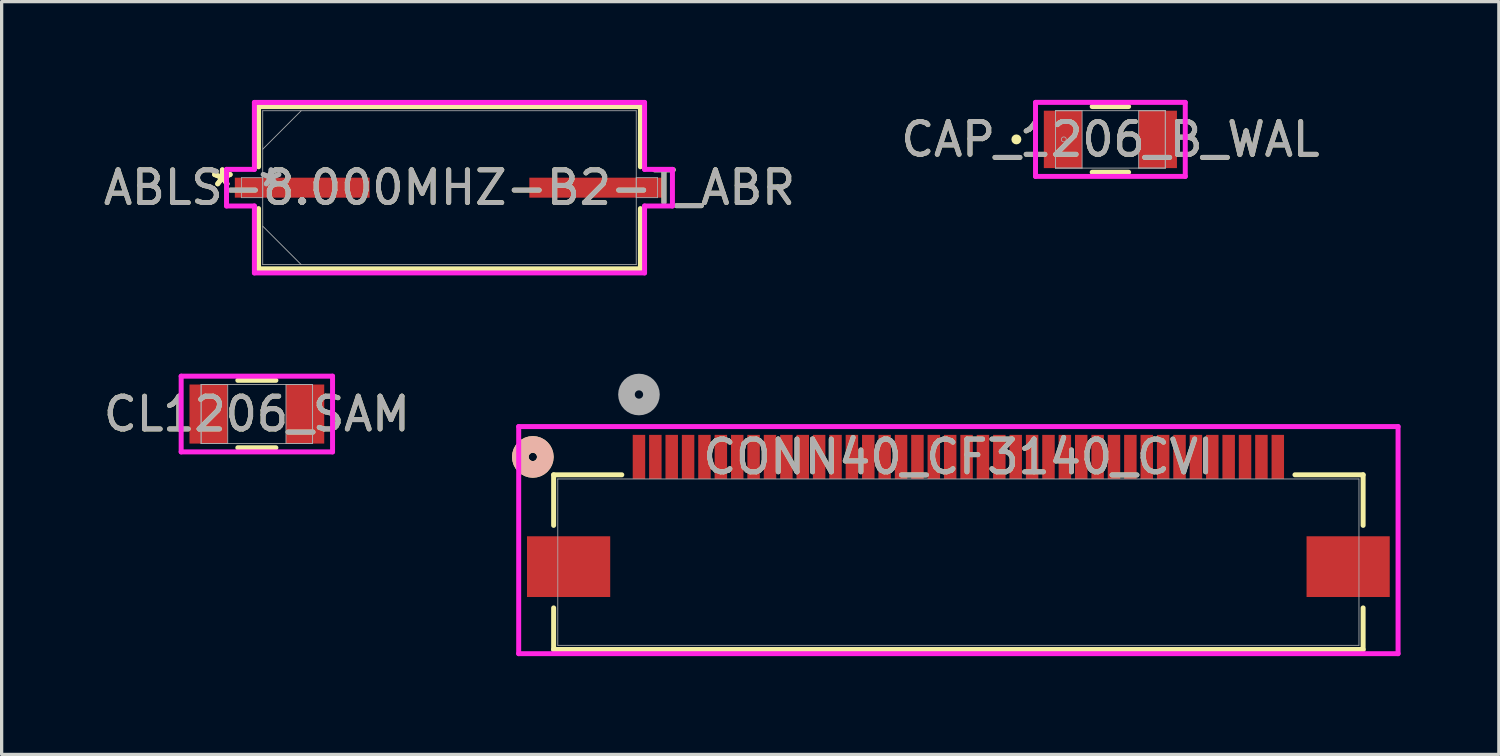
<source format=kicad_pcb>
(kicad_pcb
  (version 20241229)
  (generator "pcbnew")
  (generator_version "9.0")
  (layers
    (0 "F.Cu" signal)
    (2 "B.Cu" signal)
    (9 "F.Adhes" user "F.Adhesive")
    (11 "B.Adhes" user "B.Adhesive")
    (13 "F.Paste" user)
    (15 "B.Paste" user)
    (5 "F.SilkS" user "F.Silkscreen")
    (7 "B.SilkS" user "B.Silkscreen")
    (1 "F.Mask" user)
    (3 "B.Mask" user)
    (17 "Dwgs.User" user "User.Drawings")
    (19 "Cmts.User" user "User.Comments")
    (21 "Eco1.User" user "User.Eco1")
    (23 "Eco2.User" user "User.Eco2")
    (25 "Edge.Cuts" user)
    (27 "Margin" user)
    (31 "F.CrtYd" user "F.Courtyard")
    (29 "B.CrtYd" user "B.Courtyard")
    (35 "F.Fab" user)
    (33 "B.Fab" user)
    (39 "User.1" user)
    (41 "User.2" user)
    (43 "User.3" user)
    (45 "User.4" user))
  (footprint "CL1206_SAM"
    (layer "F.Cu")
    (at 4.792 9.591)
    (property "Reference" "CL1206_SAM" (at 0 0 0) (unlocked yes) (layer "F.SilkS") (effects (font (size 1 1) (thickness 0.15))))
    (attr smd)
    (fp_line (start -0.581 1.029) (end 0.581 1.029) (stroke (width 0.152) (type solid)) (layer "F.SilkS"))
    (fp_line (start 0.581 -1.029) (end -0.581 -1.029) (stroke (width 0.152) (type solid)) (layer "F.SilkS"))
    (fp_line (start -2.311 -1.156) (end 2.311 -1.156) (stroke (width 0.152) (type solid)) (layer "F.CrtYd"))
    (fp_line (start -2.311 1.156) (end -2.311 -1.156) (stroke (width 0.152) (type solid)) (layer "F.CrtYd"))
    (fp_line (start 2.311 -1.156) (end 2.311 1.156) (stroke (width 0.152) (type solid)) (layer "F.CrtYd"))
    (fp_line (start 2.311 1.156) (end -2.311 1.156) (stroke (width 0.152) (type solid)) (layer "F.CrtYd"))
    (fp_line (start -1.702 -0.902) (end -1.702 0.902) (stroke (width 0.025) (type solid)) (layer "F.Fab"))
    (fp_line (start -1.702 -0.902) (end -1.702 0.902) (stroke (width 0.025) (type solid)) (layer "F.Fab"))
    (fp_line (start -1.702 0.902) (end -0.889 0.902) (stroke (width 0.025) (type solid)) (layer "F.Fab"))
    (fp_line (start -1.702 0.902) (end 1.702 0.902) (stroke (width 0.025) (type solid)) (layer "F.Fab"))
    (fp_line (start -0.889 -0.902) (end -1.702 -0.902) (stroke (width 0.025) (type solid)) (layer "F.Fab"))
    (fp_line (start -0.889 0.902) (end -0.889 -0.902) (stroke (width 0.025) (type solid)) (layer "F.Fab"))
    (fp_line (start 0.889 -0.902) (end 0.889 0.902) (stroke (width 0.025) (type solid)) (layer "F.Fab"))
    (fp_line (start 0.889 0.902) (end 1.702 0.902) (stroke (width 0.025) (type solid)) (layer "F.Fab"))
    (fp_line (start 1.702 -0.902) (end -1.702 -0.902) (stroke (width 0.025) (type solid)) (layer "F.Fab"))
    (fp_line (start 1.702 -0.902) (end 0.889 -0.902) (stroke (width 0.025) (type solid)) (layer "F.Fab"))
    (fp_line (start 1.702 0.902) (end 1.702 -0.902) (stroke (width 0.025) (type solid)) (layer "F.Fab"))
    (fp_line (start 1.702 0.902) (end 1.702 -0.902) (stroke (width 0.025) (type solid)) (layer "F.Fab"))
    (fp_circle (center -1.346 0) (end -1.346 0) (stroke (width 0.025) (type solid)) (fill no) (layer "F.Fab"))
    (fp_text user "${REFERENCE}" (at 0 0 0) (unlocked yes) (layer "F.Fab") (effects (font (size 1 1) (thickness 0.15))))
    (pad "1" smd rect (at -1.473 0) (size 1.168 1.803) (layers "F.Cu" "F.Mask" "F.Paste"))
    (pad "2" smd rect (at 1.473 0) (size 1.168 1.803) (layers "F.Cu" "F.Mask" "F.Paste"))
    (zone (net_name "") (layer "F.Cu") (hatch full 0.508) (connect_pads) (min_thickness 0.254) (filled_areas_thickness no) (keepout (tracks not_allowed) (vias not_allowed) (pads allowed) (copperpour not_allowed) (footprints allowed)) (placement (enabled no)) (fill) (polygon (pts (xy 3.953 8.74) (xy 5.63 8.74) (xy 5.63 10.442) (xy 3.953 10.442)))))
  (footprint "ABLS-8.000MHZ-B2-T_ABR"
    (layer "F.Cu")
    (at 10.673 2.68)
    (property "Reference" "ABLS-8.000MHZ-B2-T_ABR" (at 0 0 0) (unlocked yes) (layer "F.SilkS") (effects (font (size 1 1) (thickness 0.15))))
    (attr smd)
    (fp_line (start -5.829 -2.477) (end -5.829 -0.638) (stroke (width 0.152) (type solid)) (layer "F.SilkS"))
    (fp_line (start -5.829 0.638) (end -5.829 2.477) (stroke (width 0.152) (type solid)) (layer "F.SilkS"))
    (fp_line (start -5.829 2.477) (end 5.829 2.477) (stroke (width 0.152) (type solid)) (layer "F.SilkS"))
    (fp_line (start 5.829 -2.477) (end -5.829 -2.477) (stroke (width 0.152) (type solid)) (layer "F.SilkS"))
    (fp_line (start 5.829 -0.638) (end 5.829 -2.477) (stroke (width 0.152) (type solid)) (layer "F.SilkS"))
    (fp_line (start 5.829 2.477) (end 5.829 0.638) (stroke (width 0.152) (type solid)) (layer "F.SilkS"))
    (fp_line (start -6.807 -0.559) (end -5.956 -0.559) (stroke (width 0.152) (type solid)) (layer "F.CrtYd"))
    (fp_line (start -6.807 0.559) (end -6.807 -0.559) (stroke (width 0.152) (type solid)) (layer "F.CrtYd"))
    (fp_line (start -5.956 -2.603) (end 5.956 -2.603) (stroke (width 0.152) (type solid)) (layer "F.CrtYd"))
    (fp_line (start -5.956 -0.559) (end -5.956 -2.603) (stroke (width 0.152) (type solid)) (layer "F.CrtYd"))
    (fp_line (start -5.956 0.559) (end -6.807 0.559) (stroke (width 0.152) (type solid)) (layer "F.CrtYd"))
    (fp_line (start -5.956 2.603) (end -5.956 0.559) (stroke (width 0.152) (type solid)) (layer "F.CrtYd"))
    (fp_line (start 5.956 -2.603) (end 5.956 -0.559) (stroke (width 0.152) (type solid)) (layer "F.CrtYd"))
    (fp_line (start 5.956 -0.559) (end 6.807 -0.559) (stroke (width 0.152) (type solid)) (layer "F.CrtYd"))
    (fp_line (start 5.956 0.559) (end 5.956 2.603) (stroke (width 0.152) (type solid)) (layer "F.CrtYd"))
    (fp_line (start 5.956 2.603) (end -5.956 2.603) (stroke (width 0.152) (type solid)) (layer "F.CrtYd"))
    (fp_line (start 6.807 -0.559) (end 6.807 0.559) (stroke (width 0.152) (type solid)) (layer "F.CrtYd"))
    (fp_line (start 6.807 0.559) (end 5.956 0.559) (stroke (width 0.152) (type solid)) (layer "F.CrtYd"))
    (fp_line (start -6.35 -0.305) (end -6.35 0.305) (stroke (width 0.025) (type solid)) (layer "F.Fab"))
    (fp_line (start -6.35 0.305) (end -5.702 0.305) (stroke (width 0.025) (type solid)) (layer "F.Fab"))
    (fp_line (start -5.702 -2.349) (end -5.702 2.349) (stroke (width 0.025) (type solid)) (layer "F.Fab"))
    (fp_line (start -5.702 -1.175) (end -4.528 -2.349) (stroke (width 0.025) (type solid)) (layer "F.Fab"))
    (fp_line (start -5.702 -0.305) (end -6.35 -0.305) (stroke (width 0.025) (type solid)) (layer "F.Fab"))
    (fp_line (start -5.702 0.305) (end -5.702 -0.305) (stroke (width 0.025) (type solid)) (layer "F.Fab"))
    (fp_line (start -5.702 1.175) (end -4.528 2.349) (stroke (width 0.025) (type solid)) (layer "F.Fab"))
    (fp_line (start -5.702 2.349) (end 5.702 2.349) (stroke (width 0.025) (type solid)) (layer "F.Fab"))
    (fp_line (start 5.702 -2.349) (end -5.702 -2.349) (stroke (width 0.025) (type solid)) (layer "F.Fab"))
    (fp_line (start 5.702 -0.305) (end 5.702 0.305) (stroke (width 0.025) (type solid)) (layer "F.Fab"))
    (fp_line (start 5.702 0.305) (end 6.35 0.305) (stroke (width 0.025) (type solid)) (layer "F.Fab"))
    (fp_line (start 5.702 2.349) (end 5.702 -2.349) (stroke (width 0.025) (type solid)) (layer "F.Fab"))
    (fp_line (start 6.35 -0.305) (end 5.702 -0.305) (stroke (width 0.025) (type solid)) (layer "F.Fab"))
    (fp_line (start 6.35 0.305) (end 6.35 -0.305) (stroke (width 0.025) (type solid)) (layer "F.Fab"))
    (fp_text user "*" (at -6.934 0 0) (layer "F.SilkS") (effects (font (size 1 1) (thickness 0.15))))
    (fp_text user "*" (at -6.934 0 0) (unlocked yes) (layer "F.SilkS") (effects (font (size 1 1) (thickness 0.15))))
    (fp_text user "*" (at -5.448 0 0) (layer "F.Fab") (effects (font (size 1 1) (thickness 0.15))))
    (fp_text user "*" (at -5.448 0 0) (unlocked yes) (layer "F.Fab") (effects (font (size 1 1) (thickness 0.15))))
    (fp_text user "${REFERENCE}" (at 0 0 0) (unlocked yes) (layer "F.Fab") (effects (font (size 1 1) (thickness 0.15))))
    (pad "1" smd rect (at -4.496 0) (size 4.115 0.61) (layers "F.Cu" "F.Mask" "F.Paste"))
    (pad "2" smd rect (at 4.496 0) (size 4.115 0.61) (layers "F.Cu" "F.Mask" "F.Paste"))
    (zone (net_name "") (layer "F.Cu") (hatch full 0.508) (connect_pads) (min_thickness 0.254) (filled_areas_thickness no) (keepout (tracks not_allowed) (vias not_allowed) (pads allowed) (copperpour not_allowed) (footprints allowed)) (placement (enabled no)) (fill) (polygon (pts (xy 8.285 0.381) (xy 13.06 0.381) (xy 13.06 4.978) (xy 8.285 4.978)))))
  (footprint "CAP_1206_B_WAL"
    (layer "F.Cu")
    (at 30.851 1.206)
    (property "Reference" "CAP_1206_B_WAL" (at 0 0 0) (unlocked yes) (layer "F.SilkS") (effects (font (size 1 1) (thickness 0.15))))
    (attr smd)
    (fp_line (start -0.556 1.003) (end 0.556 1.003) (stroke (width 0.152) (type solid)) (layer "F.SilkS"))
    (fp_line (start 0.556 -1.003) (end -0.556 -1.003) (stroke (width 0.152) (type solid)) (layer "F.SilkS"))
    (fp_circle (center -2.87 0) (end -2.794 0) (stroke (width 0.152) (type solid)) (fill no) (layer "F.SilkS"))
    (fp_line (start -2.286 -1.13) (end 2.286 -1.13) (stroke (width 0.152) (type solid)) (layer "F.CrtYd"))
    (fp_line (start -2.286 1.13) (end -2.286 -1.13) (stroke (width 0.152) (type solid)) (layer "F.CrtYd"))
    (fp_line (start 2.286 -1.13) (end 2.286 1.13) (stroke (width 0.152) (type solid)) (layer "F.CrtYd"))
    (fp_line (start 2.286 1.13) (end -2.286 1.13) (stroke (width 0.152) (type solid)) (layer "F.CrtYd"))
    (fp_line (start -1.676 -0.876) (end -1.676 0.876) (stroke (width 0.025) (type solid)) (layer "F.Fab"))
    (fp_line (start -1.676 -0.876) (end -1.676 0.876) (stroke (width 0.025) (type solid)) (layer "F.Fab"))
    (fp_line (start -1.676 0.876) (end -0.864 0.876) (stroke (width 0.025) (type solid)) (layer "F.Fab"))
    (fp_line (start -1.676 0.876) (end 1.676 0.876) (stroke (width 0.025) (type solid)) (layer "F.Fab"))
    (fp_line (start -0.864 -0.876) (end -1.676 -0.876) (stroke (width 0.025) (type solid)) (layer "F.Fab"))
    (fp_line (start -0.864 0.876) (end -0.864 -0.876) (stroke (width 0.025) (type solid)) (layer "F.Fab"))
    (fp_line (start 0.864 -0.876) (end 0.864 0.876) (stroke (width 0.025) (type solid)) (layer "F.Fab"))
    (fp_line (start 0.864 0.876) (end 1.676 0.876) (stroke (width 0.025) (type solid)) (layer "F.Fab"))
    (fp_line (start 1.676 -0.876) (end -1.676 -0.876) (stroke (width 0.025) (type solid)) (layer "F.Fab"))
    (fp_line (start 1.676 -0.876) (end 0.864 -0.876) (stroke (width 0.025) (type solid)) (layer "F.Fab"))
    (fp_line (start 1.676 0.876) (end 1.676 -0.876) (stroke (width 0.025) (type solid)) (layer "F.Fab"))
    (fp_line (start 1.676 0.876) (end 1.676 -0.876) (stroke (width 0.025) (type solid)) (layer "F.Fab"))
    (fp_circle (center -1.422 0) (end -1.346 0) (stroke (width 0.025) (type solid)) (fill no) (layer "F.Fab"))
    (fp_text user "${REFERENCE}" (at 0 0 0) (unlocked yes) (layer "F.Fab") (effects (font (size 1 1) (thickness 0.15))))
    (pad "1" smd rect (at -1.448 0) (size 1.168 1.753) (layers "F.Cu" "F.Mask" "F.Paste"))
    (pad "2" smd rect (at 1.448 0) (size 1.168 1.753) (layers "F.Cu" "F.Mask" "F.Paste"))
    (zone (net_name "") (layer "F.Cu") (hatch full 0.508) (connect_pads) (min_thickness 0.254) (filled_areas_thickness no) (keepout (tracks not_allowed) (vias not_allowed) (pads allowed) (copperpour not_allowed) (footprints allowed)) (placement (enabled no)) (fill) (polygon (pts (xy 30.038 0.381) (xy 31.664 0.381) (xy 31.664 2.032) (xy 30.038 2.032)))))
  (footprint "CONN40_CF3140_CVI"
    (layer "F.Cu")
    (at 26.21 14.113)
    (property "Reference" "CONN40_CF3140_CVI" (at 0 -3.213 0) (unlocked yes) (layer "F.SilkS") (effects (font (size 1 1) (thickness 0.15))))
    (attr smd)
    (fp_line (start -12.357 -2.667) (end -12.357 -1.123) (stroke (width 0.152) (type solid)) (layer "F.SilkS"))
    (fp_line (start -12.357 1.397) (end -12.357 2.667) (stroke (width 0.152) (type solid)) (layer "F.SilkS"))
    (fp_line (start -12.357 2.667) (end 12.357 2.667) (stroke (width 0.152) (type solid)) (layer "F.SilkS"))
    (fp_line (start -10.276 -2.667) (end -12.357 -2.667) (stroke (width 0.152) (type solid)) (layer "F.SilkS"))
    (fp_line (start 12.357 -2.667) (end 10.276 -2.667) (stroke (width 0.152) (type solid)) (layer "F.SilkS"))
    (fp_line (start 12.357 -1.123) (end 12.357 -2.667) (stroke (width 0.152) (type solid)) (layer "F.SilkS"))
    (fp_line (start 12.357 2.667) (end 12.357 1.397) (stroke (width 0.152) (type solid)) (layer "F.SilkS"))
    (fp_circle (center -12.992 -3.213) (end -12.611 -3.213) (stroke (width 0.508) (type solid)) (fill no) (layer "F.SilkS"))
    (fp_circle (center -12.992 -3.213) (end -12.611 -3.213) (stroke (width 0.508) (type solid)) (fill no) (layer "B.SilkS"))
    (fp_line (start -13.424 -4.14) (end -13.424 2.794) (stroke (width 0.152) (type solid)) (layer "F.CrtYd"))
    (fp_line (start -13.424 2.794) (end 13.424 2.794) (stroke (width 0.152) (type solid)) (layer "F.CrtYd"))
    (fp_line (start 13.424 -4.14) (end -13.424 -4.14) (stroke (width 0.152) (type solid)) (layer "F.CrtYd"))
    (fp_line (start 13.424 2.794) (end 13.424 -4.14) (stroke (width 0.152) (type solid)) (layer "F.CrtYd"))
    (fp_line (start -12.23 -2.54) (end -12.23 2.54) (stroke (width 0.025) (type solid)) (layer "F.Fab"))
    (fp_line (start -12.23 2.54) (end 12.23 2.54) (stroke (width 0.025) (type solid)) (layer "F.Fab"))
    (fp_line (start 12.23 -2.54) (end -12.23 -2.54) (stroke (width 0.025) (type solid)) (layer "F.Fab"))
    (fp_line (start 12.23 2.54) (end 12.23 -2.54) (stroke (width 0.025) (type solid)) (layer "F.Fab"))
    (fp_circle (center -9.752 -5.118) (end -9.371 -5.118) (stroke (width 0.508) (type solid)) (fill no) (layer "F.Fab"))
    (fp_text user "${REFERENCE}" (at 0 -3.213 0) (unlocked yes) (layer "F.Fab") (effects (font (size 1 1) (thickness 0.15))))
    (pad "1" smd rect (at -9.752 -3.213) (size 0.381 1.346) (layers "F.Cu" "F.Mask" "F.Paste"))
    (pad "2" smd rect (at -9.252 -3.213) (size 0.381 1.346) (layers "F.Cu" "F.Mask" "F.Paste"))
    (pad "3" smd rect (at -8.752 -3.213) (size 0.381 1.346) (layers "F.Cu" "F.Mask" "F.Paste"))
    (pad "4" smd rect (at -8.252 -3.213) (size 0.381 1.346) (layers "F.Cu" "F.Mask" "F.Paste"))
    (pad "5" smd rect (at -7.752 -3.213) (size 0.381 1.346) (layers "F.Cu" "F.Mask" "F.Paste"))
    (pad "6" smd rect (at -7.252 -3.213) (size 0.381 1.346) (layers "F.Cu" "F.Mask" "F.Paste"))
    (pad "7" smd rect (at -6.752 -3.213) (size 0.381 1.346) (layers "F.Cu" "F.Mask" "F.Paste"))
    (pad "8" smd rect (at -6.252 -3.213) (size 0.381 1.346) (layers "F.Cu" "F.Mask" "F.Paste"))
    (pad "9" smd rect (at -5.751 -3.213) (size 0.381 1.346) (layers "F.Cu" "F.Mask" "F.Paste"))
    (pad "10" smd rect (at -5.251 -3.213) (size 0.381 1.346) (layers "F.Cu" "F.Mask" "F.Paste"))
    (pad "11" smd rect (at -4.751 -3.213) (size 0.381 1.346) (layers "F.Cu" "F.Mask" "F.Paste"))
    (pad "12" smd rect (at -4.251 -3.213) (size 0.381 1.346) (layers "F.Cu" "F.Mask" "F.Paste"))
    (pad "13" smd rect (at -3.751 -3.213) (size 0.381 1.346) (layers "F.Cu" "F.Mask" "F.Paste"))
    (pad "14" smd rect (at -3.251 -3.213) (size 0.381 1.346) (layers "F.Cu" "F.Mask" "F.Paste"))
    (pad "15" smd rect (at -2.751 -3.213) (size 0.381 1.346) (layers "F.Cu" "F.Mask" "F.Paste"))
    (pad "16" smd rect (at -2.251 -3.213) (size 0.381 1.346) (layers "F.Cu" "F.Mask" "F.Paste"))
    (pad "17" smd rect (at -1.75 -3.213) (size 0.381 1.346) (layers "F.Cu" "F.Mask" "F.Paste"))
    (pad "18" smd rect (at -1.25 -3.213) (size 0.381 1.346) (layers "F.Cu" "F.Mask" "F.Paste"))
    (pad "19" smd rect (at -0.75 -3.213) (size 0.381 1.346) (layers "F.Cu" "F.Mask" "F.Paste"))
    (pad "20" smd rect (at -0.25 -3.213) (size 0.381 1.346) (layers "F.Cu" "F.Mask" "F.Paste"))
    (pad "21" smd rect (at 0.25 -3.213) (size 0.381 1.346) (layers "F.Cu" "F.Mask" "F.Paste"))
    (pad "22" smd rect (at 0.75 -3.213) (size 0.381 1.346) (layers "F.Cu" "F.Mask" "F.Paste"))
    (pad "23" smd rect (at 1.25 -3.213) (size 0.381 1.346) (layers "F.Cu" "F.Mask" "F.Paste"))
    (pad "24" smd rect (at 1.75 -3.213) (size 0.381 1.346) (layers "F.Cu" "F.Mask" "F.Paste"))
    (pad "25" smd rect (at 2.251 -3.213) (size 0.381 1.346) (layers "F.Cu" "F.Mask" "F.Paste"))
    (pad "26" smd rect (at 2.751 -3.213) (size 0.381 1.346) (layers "F.Cu" "F.Mask" "F.Paste"))
    (pad "27" smd rect (at 3.251 -3.213) (size 0.381 1.346) (layers "F.Cu" "F.Mask" "F.Paste"))
    (pad "28" smd rect (at 3.751 -3.213) (size 0.381 1.346) (layers "F.Cu" "F.Mask" "F.Paste"))
    (pad "29" smd rect (at 4.251 -3.213) (size 0.381 1.346) (layers "F.Cu" "F.Mask" "F.Paste"))
    (pad "30" smd rect (at 4.751 -3.213) (size 0.381 1.346) (layers "F.Cu" "F.Mask" "F.Paste"))
    (pad "31" smd rect (at 5.251 -3.213) (size 0.381 1.346) (layers "F.Cu" "F.Mask" "F.Paste"))
    (pad "32" smd rect (at 5.751 -3.213) (size 0.381 1.346) (layers "F.Cu" "F.Mask" "F.Paste"))
    (pad "33" smd rect (at 6.252 -3.213) (size 0.381 1.346) (layers "F.Cu" "F.Mask" "F.Paste"))
    (pad "34" smd rect (at 6.752 -3.213) (size 0.381 1.346) (layers "F.Cu" "F.Mask" "F.Paste"))
    (pad "35" smd rect (at 7.252 -3.213) (size 0.381 1.346) (layers "F.Cu" "F.Mask" "F.Paste"))
    (pad "36" smd rect (at 7.752 -3.213) (size 0.381 1.346) (layers "F.Cu" "F.Mask" "F.Paste"))
    (pad "37" smd rect (at 8.252 -3.213) (size 0.381 1.346) (layers "F.Cu" "F.Mask" "F.Paste"))
    (pad "38" smd rect (at 8.752 -3.213) (size 0.381 1.346) (layers "F.Cu" "F.Mask" "F.Paste"))
    (pad "39" smd rect (at 9.252 -3.213) (size 0.381 1.346) (layers "F.Cu" "F.Mask" "F.Paste"))
    (pad "40" smd rect (at 9.752 -3.213) (size 0.381 1.346) (layers "F.Cu" "F.Mask" "F.Paste"))
    (pad "41" smd rect (at -11.9 0.137) (size 2.54 1.854) (layers "F.Cu" "F.Mask" "F.Paste"))
    (pad "42" smd rect (at 11.9 0.137) (size 2.54 1.854) (layers "F.Cu" "F.Mask" "F.Paste")))
  (gr_rect
    (start -3 -3)
    (end 42.711 19.983)
    (stroke (width 0.1) (type default))
    (fill no)
    (layer "Edge.Cuts")))
</source>
